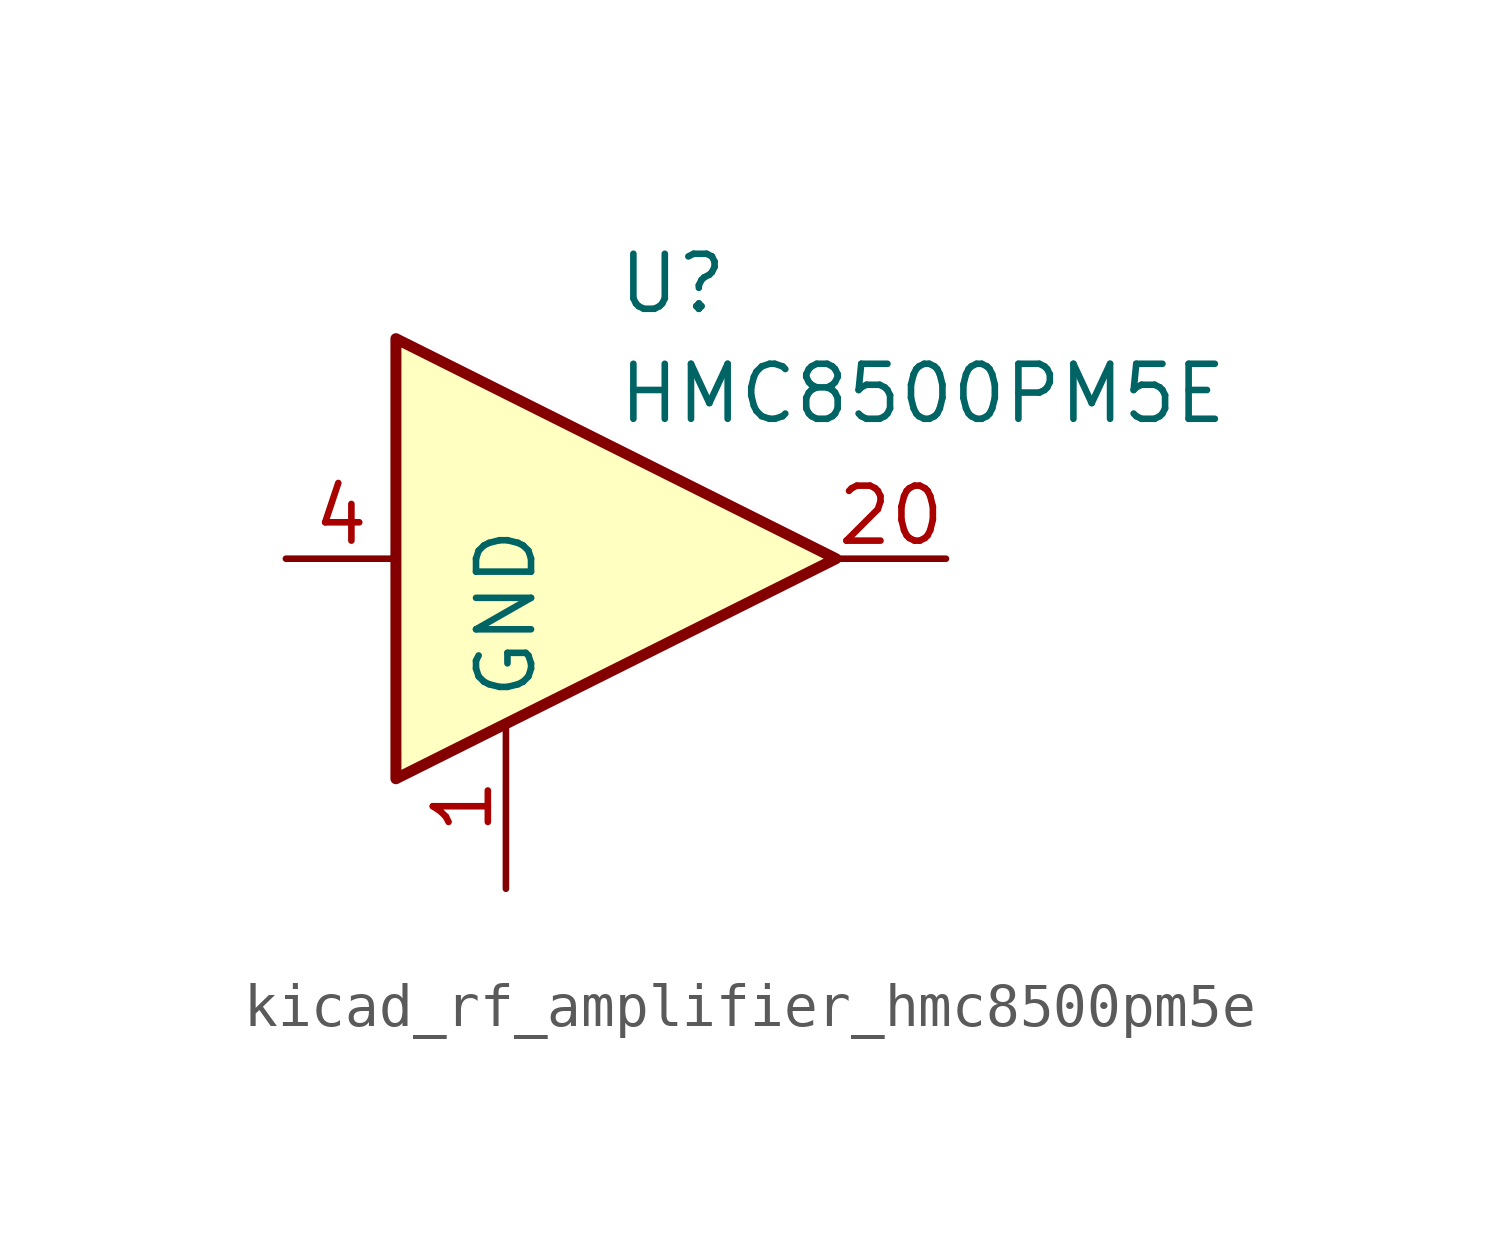
<source format=kicad_sym>
(kicad_symbol_lib
  (version 20220914)
  (generator kicad_symbol_editor)
  (symbol "kicad_rf_amplifier_hmc8500pm5e"
    (property "Reference" "U"
      (at 0 6.35 0)
      (effects (font (size 1.27 1.27)) (justify left)))
    (property "Value" "HMC8500PM5E"
      (at 0 3.81 0)
      (effects (font (size 1.27 1.27)) (justify left)))
    (symbol "kicad_rf_amplifier_hmc8500pm5e_1_1"
      (polyline (pts (xy 5.08 0) (xy -5.08 5.08) (xy -5.08 -5.08) (xy 5.08 0)) (stroke (width 0.254) (type default)) (fill (type background)))
      (pin power_in line (at -2.54 -7.62 90) (length 3.81) (name "GND" (effects (font (size 1.27 1.27)))) (number "1" (effects (font (size 1.27 1.27)))))
      (pin passive line (at -2.54 -7.62 90) (length 3.81) hide (name "GND" (effects (font (size 1.27 1.27)))) (number "10" (effects (font (size 1.27 1.27)))))
      (pin passive line (at -2.54 -7.62 90) (length 3.81) hide (name "GND" (effects (font (size 1.27 1.27)))) (number "11" (effects (font (size 1.27 1.27)))))
      (pin passive line (at -2.54 -7.62 90) (length 3.81) hide (name "GND" (effects (font (size 1.27 1.27)))) (number "12" (effects (font (size 1.27 1.27)))))
      (pin passive line (at -2.54 -7.62 90) (length 3.81) hide (name "GND" (effects (font (size 1.27 1.27)))) (number "13" (effects (font (size 1.27 1.27)))))
      (pin passive line (at -2.54 -7.62 90) (length 3.81) hide (name "GND" (effects (font (size 1.27 1.27)))) (number "14" (effects (font (size 1.27 1.27)))))
      (pin passive line (at -2.54 -7.62 90) (length 3.81) hide (name "GND" (effects (font (size 1.27 1.27)))) (number "15" (effects (font (size 1.27 1.27)))))
      (pin passive line (at -2.54 -7.62 90) (length 3.81) hide (name "GND" (effects (font (size 1.27 1.27)))) (number "16" (effects (font (size 1.27 1.27)))))
      (pin passive line (at -2.54 -7.62 90) (length 3.81) hide (name "GND" (effects (font (size 1.27 1.27)))) (number "17" (effects (font (size 1.27 1.27)))))
      (pin passive line (at -2.54 -7.62 90) (length 3.81) hide (name "GND" (effects (font (size 1.27 1.27)))) (number "18" (effects (font (size 1.27 1.27)))))
      (pin passive line (at -2.54 -7.62 90) (length 3.81) hide (name "GND" (effects (font (size 1.27 1.27)))) (number "19" (effects (font (size 1.27 1.27)))))
      (pin passive line (at -2.54 -7.62 90) (length 3.81) hide (name "GND" (effects (font (size 1.27 1.27)))) (number "2" (effects (font (size 1.27 1.27)))))
      (pin output line (at 7.62 0 180) (length 2.54) (name "~" (effects (font (size 1.27 1.27)))) (number "20" (effects (font (size 1.27 1.27)))))
      (pin passive line (at 7.62 0 180) (length 2.54) hide (name "~" (effects (font (size 1.27 1.27)))) (number "21" (effects (font (size 1.27 1.27)))))
      (pin passive line (at -2.54 -7.62 90) (length 3.81) hide (name "GND" (effects (font (size 1.27 1.27)))) (number "22" (effects (font (size 1.27 1.27)))))
      (pin passive line (at -2.54 -7.62 90) (length 3.81) hide (name "GND" (effects (font (size 1.27 1.27)))) (number "23" (effects (font (size 1.27 1.27)))))
      (pin passive line (at -2.54 -7.62 90) (length 3.81) hide (name "GND" (effects (font (size 1.27 1.27)))) (number "24" (effects (font (size 1.27 1.27)))))
      (pin passive line (at -2.54 -7.62 90) (length 3.81) hide (name "GND" (effects (font (size 1.27 1.27)))) (number "25" (effects (font (size 1.27 1.27)))))
      (pin passive line (at -2.54 -7.62 90) (length 3.81) hide (name "GND" (effects (font (size 1.27 1.27)))) (number "26" (effects (font (size 1.27 1.27)))))
      (pin passive line (at -2.54 -7.62 90) (length 3.81) hide (name "GND" (effects (font (size 1.27 1.27)))) (number "27" (effects (font (size 1.27 1.27)))))
      (pin passive line (at -2.54 -7.62 90) (length 3.81) hide (name "GND" (effects (font (size 1.27 1.27)))) (number "28" (effects (font (size 1.27 1.27)))))
      (pin passive line (at -2.54 -7.62 90) (length 3.81) hide (name "GND" (effects (font (size 1.27 1.27)))) (number "29" (effects (font (size 1.27 1.27)))))
      (pin passive line (at -2.54 -7.62 90) (length 3.81) hide (name "GND" (effects (font (size 1.27 1.27)))) (number "3" (effects (font (size 1.27 1.27)))))
      (pin passive line (at -2.54 -7.62 90) (length 3.81) hide (name "GND" (effects (font (size 1.27 1.27)))) (number "30" (effects (font (size 1.27 1.27)))))
      (pin passive line (at -2.54 -7.62 90) (length 3.81) hide (name "GND" (effects (font (size 1.27 1.27)))) (number "31" (effects (font (size 1.27 1.27)))))
      (pin passive line (at -2.54 -7.62 90) (length 3.81) hide (name "GND" (effects (font (size 1.27 1.27)))) (number "32" (effects (font (size 1.27 1.27)))))
      (pin passive line (at -2.54 -7.62 90) (length 3.81) hide (name "GND" (effects (font (size 1.27 1.27)))) (number "33" (effects (font (size 1.27 1.27)))))
      (pin input line (at -7.62 0 0) (length 2.54) (name "~" (effects (font (size 1.27 1.27)))) (number "4" (effects (font (size 1.27 1.27)))))
      (pin input line (at -7.62 0 0) (length 2.54) hide (name "~" (effects (font (size 1.27 1.27)))) (number "5" (effects (font (size 1.27 1.27)))))
      (pin passive line (at -2.54 -7.62 90) (length 3.81) hide (name "GND" (effects (font (size 1.27 1.27)))) (number "6" (effects (font (size 1.27 1.27)))))
      (pin passive line (at -2.54 -7.62 90) (length 3.81) hide (name "GND" (effects (font (size 1.27 1.27)))) (number "7" (effects (font (size 1.27 1.27)))))
      (pin passive line (at -2.54 -7.62 90) (length 3.81) hide (name "GND" (effects (font (size 1.27 1.27)))) (number "8" (effects (font (size 1.27 1.27)))))
      (pin passive line (at -2.54 -7.62 90) (length 3.81) hide (name "GND" (effects (font (size 1.27 1.27)))) (number "9" (effects (font (size 1.27 1.27))))))))
</source>
